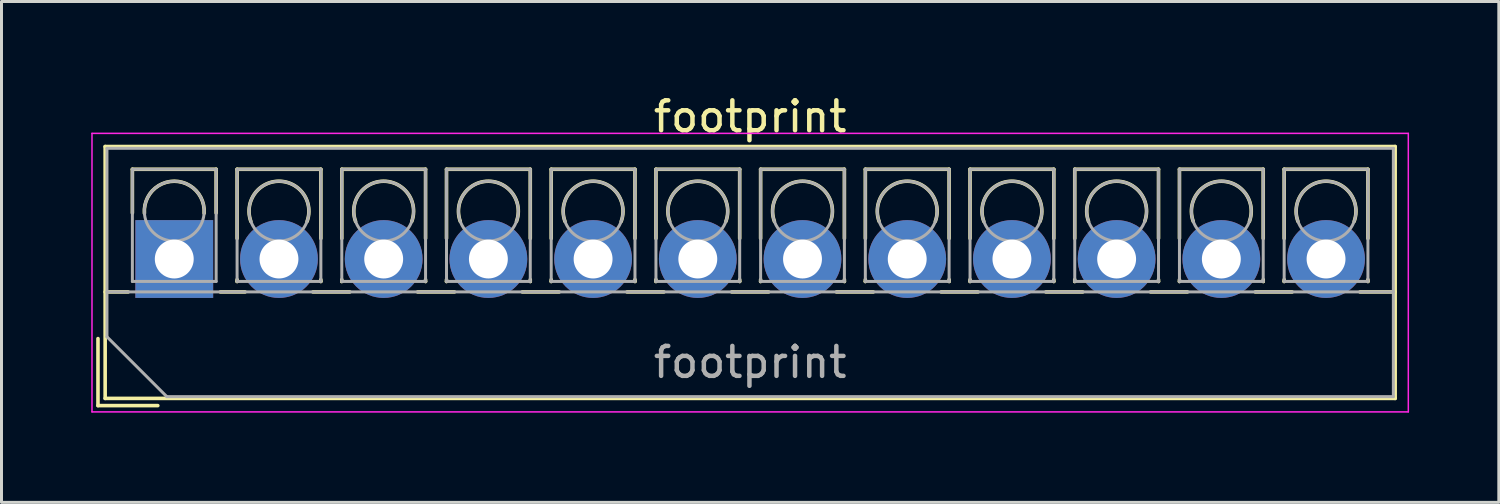
<source format=kicad_pcb>
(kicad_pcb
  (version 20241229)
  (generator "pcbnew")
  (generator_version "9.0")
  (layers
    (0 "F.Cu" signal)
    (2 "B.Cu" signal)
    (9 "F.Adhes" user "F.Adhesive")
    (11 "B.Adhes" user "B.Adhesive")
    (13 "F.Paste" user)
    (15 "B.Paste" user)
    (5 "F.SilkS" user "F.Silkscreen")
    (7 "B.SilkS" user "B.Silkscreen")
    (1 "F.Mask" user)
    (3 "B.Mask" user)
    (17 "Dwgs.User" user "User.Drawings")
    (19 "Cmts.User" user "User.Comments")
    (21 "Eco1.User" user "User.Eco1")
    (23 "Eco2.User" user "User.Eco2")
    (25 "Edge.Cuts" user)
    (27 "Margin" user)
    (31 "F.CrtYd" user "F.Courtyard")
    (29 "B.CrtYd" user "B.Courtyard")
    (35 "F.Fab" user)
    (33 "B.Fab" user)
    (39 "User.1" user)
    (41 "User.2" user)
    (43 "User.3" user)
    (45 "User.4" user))
  (footprint "footprint"
    (layer "F.Cu")
    (at 2.775 5.608)
    (property "Reference" "footprint" (at 19.25 -4.76 0) (layer "F.SilkS") (effects (font (size 1 1) (thickness 0.15))))
    (attr through_hole)
    (fp_line (start -2.55 2.66) (end -2.55 4.9) (stroke (width 0.12) (type solid)) (layer "F.SilkS"))
    (fp_line (start -2.55 4.9) (end -0.55 4.9) (stroke (width 0.12) (type solid)) (layer "F.SilkS"))
    (fp_line (start -2.31 -3.76) (end -2.31 4.66) (stroke (width 0.12) (type solid)) (layer "F.SilkS"))
    (fp_line (start -2.31 -3.76) (end 40.81 -3.76) (stroke (width 0.12) (type solid)) (layer "F.SilkS"))
    (fp_line (start -2.31 1.101) (end -1.54 1.101) (stroke (width 0.12) (type solid)) (layer "F.SilkS"))
    (fp_line (start -2.31 4.66) (end 40.81 4.66) (stroke (width 0.12) (type solid)) (layer "F.SilkS"))
    (fp_line (start -1.4 -3) (end -1.4 -1.54) (stroke (width 0.12) (type solid)) (layer "F.SilkS"))
    (fp_line (start -1.4 -3) (end 1.4 -3) (stroke (width 0.12) (type solid)) (layer "F.SilkS"))
    (fp_line (start 1.4 -3) (end 1.4 -1.54) (stroke (width 0.12) (type solid)) (layer "F.SilkS"))
    (fp_line (start 1.54 1.101) (end 2.367 1.101) (stroke (width 0.12) (type solid)) (layer "F.SilkS"))
    (fp_line (start 2.1 -3) (end 2.1 -0.689) (stroke (width 0.12) (type solid)) (layer "F.SilkS"))
    (fp_line (start 2.1 -3) (end 4.9 -3) (stroke (width 0.12) (type solid)) (layer "F.SilkS"))
    (fp_line (start 2.1 0.689) (end 2.1 0.75) (stroke (width 0.12) (type solid)) (layer "F.SilkS"))
    (fp_line (start 2.1 0.75) (end 2.101 0.75) (stroke (width 0.12) (type solid)) (layer "F.SilkS"))
    (fp_line (start 4.634 1.101) (end 5.867 1.101) (stroke (width 0.12) (type solid)) (layer "F.SilkS"))
    (fp_line (start 4.9 -3) (end 4.9 -0.689) (stroke (width 0.12) (type solid)) (layer "F.SilkS"))
    (fp_line (start 4.9 0.689) (end 4.9 0.75) (stroke (width 0.12) (type solid)) (layer "F.SilkS"))
    (fp_line (start 4.9 0.75) (end 4.9 0.75) (stroke (width 0.12) (type solid)) (layer "F.SilkS"))
    (fp_line (start 5.6 -3) (end 5.6 -0.689) (stroke (width 0.12) (type solid)) (layer "F.SilkS"))
    (fp_line (start 5.6 -3) (end 8.4 -3) (stroke (width 0.12) (type solid)) (layer "F.SilkS"))
    (fp_line (start 5.6 0.689) (end 5.6 0.75) (stroke (width 0.12) (type solid)) (layer "F.SilkS"))
    (fp_line (start 5.6 0.75) (end 5.601 0.75) (stroke (width 0.12) (type solid)) (layer "F.SilkS"))
    (fp_line (start 8.134 1.101) (end 9.367 1.101) (stroke (width 0.12) (type solid)) (layer "F.SilkS"))
    (fp_line (start 8.4 -3) (end 8.4 -0.689) (stroke (width 0.12) (type solid)) (layer "F.SilkS"))
    (fp_line (start 8.4 0.689) (end 8.4 0.75) (stroke (width 0.12) (type solid)) (layer "F.SilkS"))
    (fp_line (start 8.4 0.75) (end 8.4 0.75) (stroke (width 0.12) (type solid)) (layer "F.SilkS"))
    (fp_line (start 9.1 -3) (end 9.1 -0.689) (stroke (width 0.12) (type solid)) (layer "F.SilkS"))
    (fp_line (start 9.1 -3) (end 11.9 -3) (stroke (width 0.12) (type solid)) (layer "F.SilkS"))
    (fp_line (start 9.1 0.689) (end 9.1 0.75) (stroke (width 0.12) (type solid)) (layer "F.SilkS"))
    (fp_line (start 9.1 0.75) (end 9.101 0.75) (stroke (width 0.12) (type solid)) (layer "F.SilkS"))
    (fp_line (start 11.634 1.101) (end 12.867 1.101) (stroke (width 0.12) (type solid)) (layer "F.SilkS"))
    (fp_line (start 11.9 -3) (end 11.9 -0.689) (stroke (width 0.12) (type solid)) (layer "F.SilkS"))
    (fp_line (start 11.9 0.689) (end 11.9 0.75) (stroke (width 0.12) (type solid)) (layer "F.SilkS"))
    (fp_line (start 11.9 0.75) (end 11.9 0.75) (stroke (width 0.12) (type solid)) (layer "F.SilkS"))
    (fp_line (start 12.6 -3) (end 12.6 -0.689) (stroke (width 0.12) (type solid)) (layer "F.SilkS"))
    (fp_line (start 12.6 -3) (end 15.4 -3) (stroke (width 0.12) (type solid)) (layer "F.SilkS"))
    (fp_line (start 12.6 0.689) (end 12.6 0.75) (stroke (width 0.12) (type solid)) (layer "F.SilkS"))
    (fp_line (start 12.6 0.75) (end 12.601 0.75) (stroke (width 0.12) (type solid)) (layer "F.SilkS"))
    (fp_line (start 15.134 1.101) (end 16.367 1.101) (stroke (width 0.12) (type solid)) (layer "F.SilkS"))
    (fp_line (start 15.4 -3) (end 15.4 -0.689) (stroke (width 0.12) (type solid)) (layer "F.SilkS"))
    (fp_line (start 15.4 0.689) (end 15.4 0.75) (stroke (width 0.12) (type solid)) (layer "F.SilkS"))
    (fp_line (start 15.4 0.75) (end 15.4 0.75) (stroke (width 0.12) (type solid)) (layer "F.SilkS"))
    (fp_line (start 16.101 -3) (end 16.101 -0.689) (stroke (width 0.12) (type solid)) (layer "F.SilkS"))
    (fp_line (start 16.101 -3) (end 18.9 -3) (stroke (width 0.12) (type solid)) (layer "F.SilkS"))
    (fp_line (start 16.101 0.689) (end 16.101 0.75) (stroke (width 0.12) (type solid)) (layer "F.SilkS"))
    (fp_line (start 16.101 0.75) (end 16.101 0.75) (stroke (width 0.12) (type solid)) (layer "F.SilkS"))
    (fp_line (start 18.634 1.101) (end 19.867 1.101) (stroke (width 0.12) (type solid)) (layer "F.SilkS"))
    (fp_line (start 18.9 -3) (end 18.9 -0.689) (stroke (width 0.12) (type solid)) (layer "F.SilkS"))
    (fp_line (start 18.9 0.689) (end 18.9 0.75) (stroke (width 0.12) (type solid)) (layer "F.SilkS"))
    (fp_line (start 18.9 0.75) (end 18.9 0.75) (stroke (width 0.12) (type solid)) (layer "F.SilkS"))
    (fp_line (start 19.6 -3) (end 19.6 -0.689) (stroke (width 0.12) (type solid)) (layer "F.SilkS"))
    (fp_line (start 19.6 -3) (end 22.4 -3) (stroke (width 0.12) (type solid)) (layer "F.SilkS"))
    (fp_line (start 19.6 0.689) (end 19.6 0.75) (stroke (width 0.12) (type solid)) (layer "F.SilkS"))
    (fp_line (start 19.6 0.75) (end 19.601 0.75) (stroke (width 0.12) (type solid)) (layer "F.SilkS"))
    (fp_line (start 22.134 1.101) (end 23.367 1.101) (stroke (width 0.12) (type solid)) (layer "F.SilkS"))
    (fp_line (start 22.4 -3) (end 22.4 -0.689) (stroke (width 0.12) (type solid)) (layer "F.SilkS"))
    (fp_line (start 22.4 0.689) (end 22.4 0.75) (stroke (width 0.12) (type solid)) (layer "F.SilkS"))
    (fp_line (start 22.4 0.75) (end 22.4 0.75) (stroke (width 0.12) (type solid)) (layer "F.SilkS"))
    (fp_line (start 23.1 -3) (end 23.1 -0.689) (stroke (width 0.12) (type solid)) (layer "F.SilkS"))
    (fp_line (start 23.1 -3) (end 25.9 -3) (stroke (width 0.12) (type solid)) (layer "F.SilkS"))
    (fp_line (start 23.1 0.689) (end 23.1 0.75) (stroke (width 0.12) (type solid)) (layer "F.SilkS"))
    (fp_line (start 23.1 0.75) (end 23.101 0.75) (stroke (width 0.12) (type solid)) (layer "F.SilkS"))
    (fp_line (start 25.634 1.101) (end 26.867 1.101) (stroke (width 0.12) (type solid)) (layer "F.SilkS"))
    (fp_line (start 25.9 -3) (end 25.9 -0.689) (stroke (width 0.12) (type solid)) (layer "F.SilkS"))
    (fp_line (start 25.9 0.689) (end 25.9 0.75) (stroke (width 0.12) (type solid)) (layer "F.SilkS"))
    (fp_line (start 25.9 0.75) (end 25.9 0.75) (stroke (width 0.12) (type solid)) (layer "F.SilkS"))
    (fp_line (start 26.6 -3) (end 26.6 -0.689) (stroke (width 0.12) (type solid)) (layer "F.SilkS"))
    (fp_line (start 26.6 -3) (end 29.4 -3) (stroke (width 0.12) (type solid)) (layer "F.SilkS"))
    (fp_line (start 26.6 0.689) (end 26.6 0.75) (stroke (width 0.12) (type solid)) (layer "F.SilkS"))
    (fp_line (start 26.6 0.75) (end 26.601 0.75) (stroke (width 0.12) (type solid)) (layer "F.SilkS"))
    (fp_line (start 29.134 1.101) (end 30.367 1.101) (stroke (width 0.12) (type solid)) (layer "F.SilkS"))
    (fp_line (start 29.4 -3) (end 29.4 -0.689) (stroke (width 0.12) (type solid)) (layer "F.SilkS"))
    (fp_line (start 29.4 0.689) (end 29.4 0.75) (stroke (width 0.12) (type solid)) (layer "F.SilkS"))
    (fp_line (start 29.4 0.75) (end 29.4 0.75) (stroke (width 0.12) (type solid)) (layer "F.SilkS"))
    (fp_line (start 30.1 -3) (end 30.1 -0.689) (stroke (width 0.12) (type solid)) (layer "F.SilkS"))
    (fp_line (start 30.1 -3) (end 32.9 -3) (stroke (width 0.12) (type solid)) (layer "F.SilkS"))
    (fp_line (start 30.1 0.689) (end 30.1 0.75) (stroke (width 0.12) (type solid)) (layer "F.SilkS"))
    (fp_line (start 30.1 0.75) (end 30.101 0.75) (stroke (width 0.12) (type solid)) (layer "F.SilkS"))
    (fp_line (start 32.634 1.101) (end 33.867 1.101) (stroke (width 0.12) (type solid)) (layer "F.SilkS"))
    (fp_line (start 32.9 -3) (end 32.9 -0.689) (stroke (width 0.12) (type solid)) (layer "F.SilkS"))
    (fp_line (start 32.9 0.689) (end 32.9 0.75) (stroke (width 0.12) (type solid)) (layer "F.SilkS"))
    (fp_line (start 32.9 0.75) (end 32.9 0.75) (stroke (width 0.12) (type solid)) (layer "F.SilkS"))
    (fp_line (start 33.6 -3) (end 33.6 -0.689) (stroke (width 0.12) (type solid)) (layer "F.SilkS"))
    (fp_line (start 33.6 -3) (end 36.4 -3) (stroke (width 0.12) (type solid)) (layer "F.SilkS"))
    (fp_line (start 33.6 0.689) (end 33.6 0.75) (stroke (width 0.12) (type solid)) (layer "F.SilkS"))
    (fp_line (start 33.6 0.75) (end 33.601 0.75) (stroke (width 0.12) (type solid)) (layer "F.SilkS"))
    (fp_line (start 36.134 1.101) (end 37.367 1.101) (stroke (width 0.12) (type solid)) (layer "F.SilkS"))
    (fp_line (start 36.4 -3) (end 36.4 -0.689) (stroke (width 0.12) (type solid)) (layer "F.SilkS"))
    (fp_line (start 36.4 0.689) (end 36.4 0.75) (stroke (width 0.12) (type solid)) (layer "F.SilkS"))
    (fp_line (start 36.4 0.75) (end 36.4 0.75) (stroke (width 0.12) (type solid)) (layer "F.SilkS"))
    (fp_line (start 37.1 -3) (end 37.1 -0.689) (stroke (width 0.12) (type solid)) (layer "F.SilkS"))
    (fp_line (start 37.1 -3) (end 39.9 -3) (stroke (width 0.12) (type solid)) (layer "F.SilkS"))
    (fp_line (start 37.1 0.689) (end 37.1 0.75) (stroke (width 0.12) (type solid)) (layer "F.SilkS"))
    (fp_line (start 37.1 0.75) (end 37.101 0.75) (stroke (width 0.12) (type solid)) (layer "F.SilkS"))
    (fp_line (start 39.634 1.101) (end 40.81 1.101) (stroke (width 0.12) (type solid)) (layer "F.SilkS"))
    (fp_line (start 39.9 -3) (end 39.9 -0.689) (stroke (width 0.12) (type solid)) (layer "F.SilkS"))
    (fp_line (start 39.9 0.689) (end 39.9 0.75) (stroke (width 0.12) (type solid)) (layer "F.SilkS"))
    (fp_line (start 39.9 0.75) (end 39.9 0.75) (stroke (width 0.12) (type solid)) (layer "F.SilkS"))
    (fp_line (start 40.81 -3.76) (end 40.81 4.66) (stroke (width 0.12) (type solid)) (layer "F.SilkS"))
    (fp_arc (start -0.99789 -1.529434) (mid -0.000785 -2.600382) (end 0.998 -1.531) (stroke (width 0.12) (type solid)) (layer "F.SilkS"))
    (fp_arc (start 2.560085 -1.257767) (mid 3.499876 -2.600282) (end 4.44 -1.258) (stroke (width 0.12) (type solid)) (layer "F.SilkS"))
    (fp_arc (start 6.060085 -1.257767) (mid 6.999876 -2.600282) (end 7.94 -1.258) (stroke (width 0.12) (type solid)) (layer "F.SilkS"))
    (fp_arc (start 9.560085 -1.257767) (mid 10.499876 -2.600282) (end 11.44 -1.258) (stroke (width 0.12) (type solid)) (layer "F.SilkS"))
    (fp_arc (start 13.060085 -1.257767) (mid 13.999876 -2.600282) (end 14.94 -1.258) (stroke (width 0.12) (type solid)) (layer "F.SilkS"))
    (fp_arc (start 16.560085 -1.257767) (mid 17.499876 -2.600282) (end 18.44 -1.258) (stroke (width 0.12) (type solid)) (layer "F.SilkS"))
    (fp_arc (start 20.060085 -1.257767) (mid 20.999876 -2.600282) (end 21.94 -1.258) (stroke (width 0.12) (type solid)) (layer "F.SilkS"))
    (fp_arc (start 23.560085 -1.257767) (mid 24.499876 -2.600282) (end 25.44 -1.258) (stroke (width 0.12) (type solid)) (layer "F.SilkS"))
    (fp_arc (start 27.060085 -1.257767) (mid 27.999876 -2.600282) (end 28.94 -1.258) (stroke (width 0.12) (type solid)) (layer "F.SilkS"))
    (fp_arc (start 30.560085 -1.257767) (mid 31.499876 -2.600282) (end 32.44 -1.258) (stroke (width 0.12) (type solid)) (layer "F.SilkS"))
    (fp_arc (start 34.060085 -1.257767) (mid 34.999876 -2.600282) (end 35.94 -1.258) (stroke (width 0.12) (type solid)) (layer "F.SilkS"))
    (fp_arc (start 37.560085 -1.257767) (mid 38.499876 -2.600282) (end 39.44 -1.258) (stroke (width 0.12) (type solid)) (layer "F.SilkS"))
    (fp_line (start -2.75 -4.2) (end -2.75 5.11) (stroke (width 0.05) (type solid)) (layer "F.CrtYd"))
    (fp_line (start -2.75 5.11) (end 41.25 5.11) (stroke (width 0.05) (type solid)) (layer "F.CrtYd"))
    (fp_line (start 41.25 -4.2) (end -2.75 -4.2) (stroke (width 0.05) (type solid)) (layer "F.CrtYd"))
    (fp_line (start 41.25 5.11) (end 41.25 -4.2) (stroke (width 0.05) (type solid)) (layer "F.CrtYd"))
    (fp_line (start -2.25 -3.7) (end 40.75 -3.7) (stroke (width 0.1) (type solid)) (layer "F.Fab"))
    (fp_line (start -2.25 1.1) (end 40.75 1.1) (stroke (width 0.1) (type solid)) (layer "F.Fab"))
    (fp_line (start -2.25 2.6) (end -2.25 -3.7) (stroke (width 0.1) (type solid)) (layer "F.Fab"))
    (fp_line (start -1.4 -3) (end -1.4 0.75) (stroke (width 0.1) (type solid)) (layer "F.Fab"))
    (fp_line (start -1.4 0.75) (end 1.4 0.75) (stroke (width 0.1) (type solid)) (layer "F.Fab"))
    (fp_line (start -0.25 4.6) (end -2.25 2.6) (stroke (width 0.1) (type solid)) (layer "F.Fab"))
    (fp_line (start 1.4 -3) (end -1.4 -3) (stroke (width 0.1) (type solid)) (layer "F.Fab"))
    (fp_line (start 1.4 0.75) (end 1.4 -3) (stroke (width 0.1) (type solid)) (layer "F.Fab"))
    (fp_line (start 2.1 -3) (end 2.1 0.75) (stroke (width 0.1) (type solid)) (layer "F.Fab"))
    (fp_line (start 2.1 0.75) (end 4.9 0.75) (stroke (width 0.1) (type solid)) (layer "F.Fab"))
    (fp_line (start 4.9 -3) (end 2.1 -3) (stroke (width 0.1) (type solid)) (layer "F.Fab"))
    (fp_line (start 4.9 0.75) (end 4.9 -3) (stroke (width 0.1) (type solid)) (layer "F.Fab"))
    (fp_line (start 5.6 -3) (end 5.6 0.75) (stroke (width 0.1) (type solid)) (layer "F.Fab"))
    (fp_line (start 5.6 0.75) (end 8.4 0.75) (stroke (width 0.1) (type solid)) (layer "F.Fab"))
    (fp_line (start 8.4 -3) (end 5.6 -3) (stroke (width 0.1) (type solid)) (layer "F.Fab"))
    (fp_line (start 8.4 0.75) (end 8.4 -3) (stroke (width 0.1) (type solid)) (layer "F.Fab"))
    (fp_line (start 9.1 -3) (end 9.1 0.75) (stroke (width 0.1) (type solid)) (layer "F.Fab"))
    (fp_line (start 9.1 0.75) (end 11.9 0.75) (stroke (width 0.1) (type solid)) (layer "F.Fab"))
    (fp_line (start 11.9 -3) (end 9.1 -3) (stroke (width 0.1) (type solid)) (layer "F.Fab"))
    (fp_line (start 11.9 0.75) (end 11.9 -3) (stroke (width 0.1) (type solid)) (layer "F.Fab"))
    (fp_line (start 12.6 -3) (end 12.6 0.75) (stroke (width 0.1) (type solid)) (layer "F.Fab"))
    (fp_line (start 12.6 0.75) (end 15.4 0.75) (stroke (width 0.1) (type solid)) (layer "F.Fab"))
    (fp_line (start 15.4 -3) (end 12.6 -3) (stroke (width 0.1) (type solid)) (layer "F.Fab"))
    (fp_line (start 15.4 0.75) (end 15.4 -3) (stroke (width 0.1) (type solid)) (layer "F.Fab"))
    (fp_line (start 16.101 -3) (end 16.101 0.75) (stroke (width 0.1) (type solid)) (layer "F.Fab"))
    (fp_line (start 16.101 0.75) (end 18.9 0.75) (stroke (width 0.1) (type solid)) (layer "F.Fab"))
    (fp_line (start 18.9 -3) (end 16.101 -3) (stroke (width 0.1) (type solid)) (layer "F.Fab"))
    (fp_line (start 18.9 0.75) (end 18.9 -3) (stroke (width 0.1) (type solid)) (layer "F.Fab"))
    (fp_line (start 19.6 -3) (end 19.6 0.75) (stroke (width 0.1) (type solid)) (layer "F.Fab"))
    (fp_line (start 19.6 0.75) (end 22.4 0.75) (stroke (width 0.1) (type solid)) (layer "F.Fab"))
    (fp_line (start 22.4 -3) (end 19.6 -3) (stroke (width 0.1) (type solid)) (layer "F.Fab"))
    (fp_line (start 22.4 0.75) (end 22.4 -3) (stroke (width 0.1) (type solid)) (layer "F.Fab"))
    (fp_line (start 23.1 -3) (end 23.1 0.75) (stroke (width 0.1) (type solid)) (layer "F.Fab"))
    (fp_line (start 23.1 0.75) (end 25.9 0.75) (stroke (width 0.1) (type solid)) (layer "F.Fab"))
    (fp_line (start 25.9 -3) (end 23.1 -3) (stroke (width 0.1) (type solid)) (layer "F.Fab"))
    (fp_line (start 25.9 0.75) (end 25.9 -3) (stroke (width 0.1) (type solid)) (layer "F.Fab"))
    (fp_line (start 26.6 -3) (end 26.6 0.75) (stroke (width 0.1) (type solid)) (layer "F.Fab"))
    (fp_line (start 26.6 0.75) (end 29.4 0.75) (stroke (width 0.1) (type solid)) (layer "F.Fab"))
    (fp_line (start 29.4 -3) (end 26.6 -3) (stroke (width 0.1) (type solid)) (layer "F.Fab"))
    (fp_line (start 29.4 0.75) (end 29.4 -3) (stroke (width 0.1) (type solid)) (layer "F.Fab"))
    (fp_line (start 30.1 -3) (end 30.1 0.75) (stroke (width 0.1) (type solid)) (layer "F.Fab"))
    (fp_line (start 30.1 0.75) (end 32.9 0.75) (stroke (width 0.1) (type solid)) (layer "F.Fab"))
    (fp_line (start 32.9 -3) (end 30.1 -3) (stroke (width 0.1) (type solid)) (layer "F.Fab"))
    (fp_line (start 32.9 0.75) (end 32.9 -3) (stroke (width 0.1) (type solid)) (layer "F.Fab"))
    (fp_line (start 33.6 -3) (end 33.6 0.75) (stroke (width 0.1) (type solid)) (layer "F.Fab"))
    (fp_line (start 33.6 0.75) (end 36.4 0.75) (stroke (width 0.1) (type solid)) (layer "F.Fab"))
    (fp_line (start 36.4 -3) (end 33.6 -3) (stroke (width 0.1) (type solid)) (layer "F.Fab"))
    (fp_line (start 36.4 0.75) (end 36.4 -3) (stroke (width 0.1) (type solid)) (layer "F.Fab"))
    (fp_line (start 37.1 -3) (end 37.1 0.75) (stroke (width 0.1) (type solid)) (layer "F.Fab"))
    (fp_line (start 37.1 0.75) (end 39.9 0.75) (stroke (width 0.1) (type solid)) (layer "F.Fab"))
    (fp_line (start 39.9 -3) (end 37.1 -3) (stroke (width 0.1) (type solid)) (layer "F.Fab"))
    (fp_line (start 39.9 0.75) (end 39.9 -3) (stroke (width 0.1) (type solid)) (layer "F.Fab"))
    (fp_line (start 40.75 -3.7) (end 40.75 4.6) (stroke (width 0.1) (type solid)) (layer "F.Fab"))
    (fp_line (start 40.75 4.6) (end -0.25 4.6) (stroke (width 0.1) (type solid)) (layer "F.Fab"))
    (fp_circle (center 0 -1.6) (end 1 -1.6) (stroke (width 0.1) (type solid)) (fill no) (layer "F.Fab"))
    (fp_circle (center 3.5 -1.6) (end 4.5 -1.6) (stroke (width 0.1) (type solid)) (fill no) (layer "F.Fab"))
    (fp_circle (center 7 -1.6) (end 8 -1.6) (stroke (width 0.1) (type solid)) (fill no) (layer "F.Fab"))
    (fp_circle (center 10.5 -1.6) (end 11.5 -1.6) (stroke (width 0.1) (type solid)) (fill no) (layer "F.Fab"))
    (fp_circle (center 14 -1.6) (end 15 -1.6) (stroke (width 0.1) (type solid)) (fill no) (layer "F.Fab"))
    (fp_circle (center 17.5 -1.6) (end 18.5 -1.6) (stroke (width 0.1) (type solid)) (fill no) (layer "F.Fab"))
    (fp_circle (center 21 -1.6) (end 22 -1.6) (stroke (width 0.1) (type solid)) (fill no) (layer "F.Fab"))
    (fp_circle (center 24.5 -1.6) (end 25.5 -1.6) (stroke (width 0.1) (type solid)) (fill no) (layer "F.Fab"))
    (fp_circle (center 28 -1.6) (end 29 -1.6) (stroke (width 0.1) (type solid)) (fill no) (layer "F.Fab"))
    (fp_circle (center 31.5 -1.6) (end 32.5 -1.6) (stroke (width 0.1) (type solid)) (fill no) (layer "F.Fab"))
    (fp_circle (center 35 -1.6) (end 36 -1.6) (stroke (width 0.1) (type solid)) (fill no) (layer "F.Fab"))
    (fp_circle (center 38.5 -1.6) (end 39.5 -1.6) (stroke (width 0.1) (type solid)) (fill no) (layer "F.Fab"))
    (fp_text user "${REFERENCE}" (at 19.25 3.45 0) (layer "F.Fab") (effects (font (size 1 1) (thickness 0.15))))
    (pad "1" thru_hole rect (at 0 0) (size 2.6 2.6) (drill 1.3) (layers "*.Cu" "*.Mask"))
    (pad "2" thru_hole circle (at 3.5 0) (size 2.6 2.6) (drill 1.3) (layers "*.Cu" "*.Mask"))
    (pad "3" thru_hole circle (at 7 0) (size 2.6 2.6) (drill 1.3) (layers "*.Cu" "*.Mask"))
    (pad "4" thru_hole circle (at 10.5 0) (size 2.6 2.6) (drill 1.3) (layers "*.Cu" "*.Mask"))
    (pad "5" thru_hole circle (at 14 0) (size 2.6 2.6) (drill 1.3) (layers "*.Cu" "*.Mask"))
    (pad "6" thru_hole circle (at 17.5 0) (size 2.6 2.6) (drill 1.3) (layers "*.Cu" "*.Mask"))
    (pad "7" thru_hole circle (at 21 0) (size 2.6 2.6) (drill 1.3) (layers "*.Cu" "*.Mask"))
    (pad "8" thru_hole circle (at 24.5 0) (size 2.6 2.6) (drill 1.3) (layers "*.Cu" "*.Mask"))
    (pad "9" thru_hole circle (at 28 0) (size 2.6 2.6) (drill 1.3) (layers "*.Cu" "*.Mask"))
    (pad "10" thru_hole circle (at 31.5 0) (size 2.6 2.6) (drill 1.3) (layers "*.Cu" "*.Mask"))
    (pad "11" thru_hole circle (at 35 0) (size 2.6 2.6) (drill 1.3) (layers "*.Cu" "*.Mask"))
    (pad "12" thru_hole circle (at 38.5 0) (size 2.6 2.6) (drill 1.3) (layers "*.Cu" "*.Mask")))
  (gr_rect
    (start -3 -3)
    (end 47.05 13.743)
    (stroke (width 0.1) (type default))
    (fill no)
    (layer "Edge.Cuts")))
</source>
